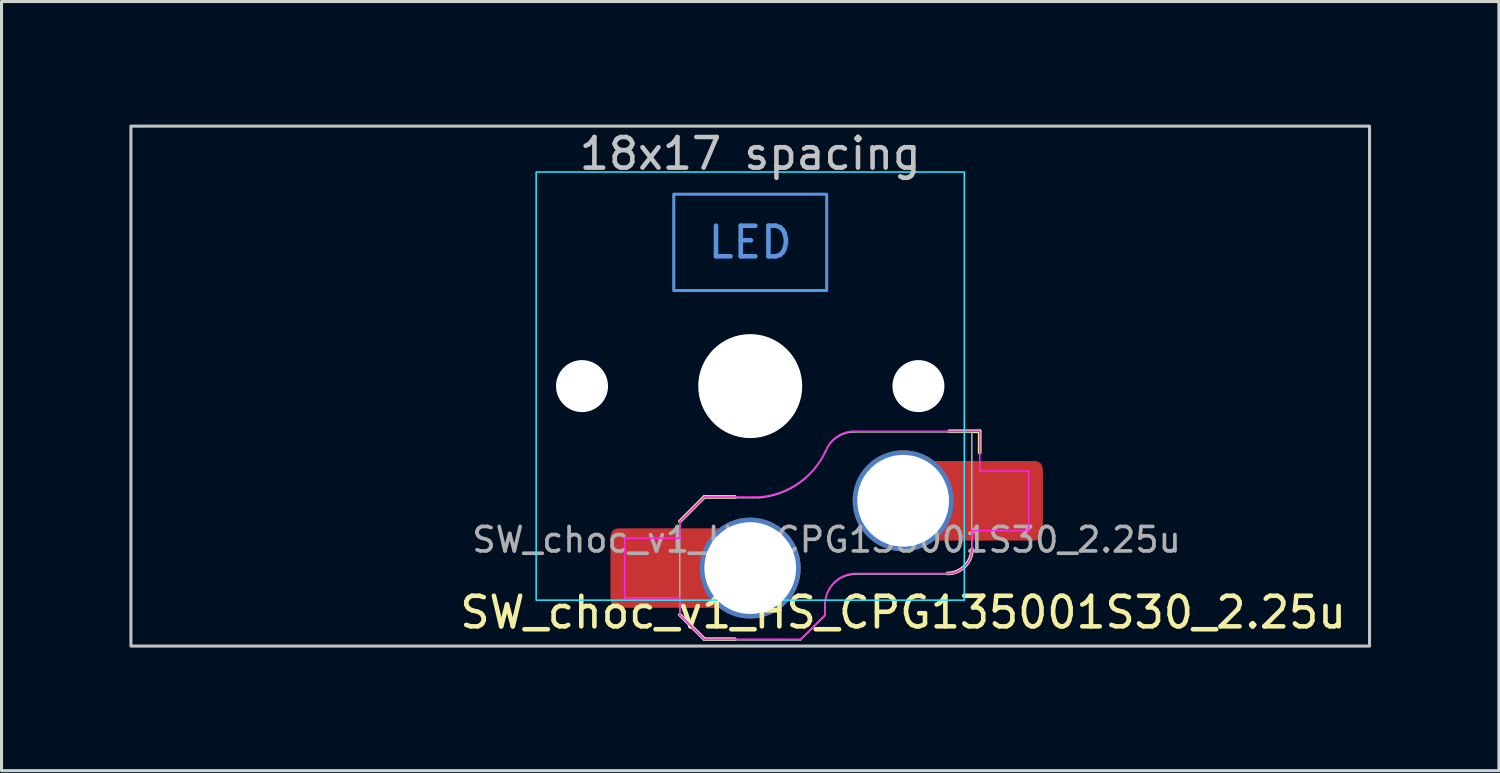
<source format=kicad_pcb>
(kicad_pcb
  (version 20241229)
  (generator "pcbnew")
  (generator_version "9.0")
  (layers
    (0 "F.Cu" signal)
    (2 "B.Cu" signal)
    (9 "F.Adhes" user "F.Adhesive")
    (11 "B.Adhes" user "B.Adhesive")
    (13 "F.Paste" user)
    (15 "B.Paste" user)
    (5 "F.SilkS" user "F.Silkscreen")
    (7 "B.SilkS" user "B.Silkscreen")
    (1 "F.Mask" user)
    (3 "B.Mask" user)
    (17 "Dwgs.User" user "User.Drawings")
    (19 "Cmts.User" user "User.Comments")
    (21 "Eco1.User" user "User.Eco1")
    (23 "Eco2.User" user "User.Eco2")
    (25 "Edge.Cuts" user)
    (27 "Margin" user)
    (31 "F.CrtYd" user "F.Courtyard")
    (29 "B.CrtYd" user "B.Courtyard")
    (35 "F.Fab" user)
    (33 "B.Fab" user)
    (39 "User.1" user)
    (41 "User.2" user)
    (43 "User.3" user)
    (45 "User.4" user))
  (footprint "SW_choc_v1_HS_CPG135001S30_2.25u"
    (layer "F.Cu")
    (at 21.481 9.575)
    (property "Reference" "SW_choc_v1_HS_CPG135001S30_2.25u" (at 5 7.4 180) (layer "F.SilkS") (effects (font (size 1 1) (thickness 0.15))))
    (attr smd)
    (fp_line (start -2.3 7.475) (end -1.5 8.275) (stroke (width 0.12) (type solid)) (layer "F.SilkS"))
    (fp_line (start -1.5 3.625) (end -2.3 4.425) (stroke (width 0.12) (type solid)) (layer "F.SilkS"))
    (fp_line (start -1.5 3.625) (end -0.5 3.625) (stroke (width 0.12) (type solid)) (layer "F.SilkS"))
    (fp_line (start -1.5 8.275) (end -0.5 8.275) (stroke (width 0.12) (type solid)) (layer "F.SilkS"))
    (fp_line (start 7.504 1.475) (end 6.504 1.475) (stroke (width 0.12) (type solid)) (layer "F.SilkS"))
    (fp_line (start 7.504 1.475) (end 7.504 2.175) (stroke (width 0.12) (type solid)) (layer "F.SilkS"))
    (fp_arc (start 7.25 5.325) (mid 7.015685 5.890685) (end 6.45 6.125) (stroke (width 0.12) (type solid)) (layer "F.SilkS"))
    (fp_rect (start -20.25 -8.5) (end 20.25 8.5) (stroke (width 0.1) (type default)) (fill no) (layer "Dwgs.User"))
    (fp_rect (start -2.5 -6.275) (end 2.5 -3.125) (stroke (width 0.1) (type default)) (fill no) (layer "Cmts.User"))
    (fp_rect (start -21.431 -9.525) (end 21.431 9.525) (stroke (width 0.1) (type default)) (fill no) (layer "Eco1.User"))
    (fp_line (start -6.95 -6.45) (end -6.95 6.45) (stroke (width 0.05) (type solid)) (layer "Eco2.User"))
    (fp_line (start -6.45 6.95) (end 6.45 6.95) (stroke (width 0.05) (type solid)) (layer "Eco2.User"))
    (fp_line (start 6.45 -6.95) (end -6.45 -6.95) (stroke (width 0.05) (type solid)) (layer "Eco2.User"))
    (fp_line (start 6.95 6.45) (end 6.95 -6.45) (stroke (width 0.05) (type solid)) (layer "Eco2.User"))
    (fp_arc (start -6.95 -6.45) (mid -6.803553 -6.803553) (end -6.45 -6.95) (stroke (width 0.05) (type solid)) (layer "Eco2.User"))
    (fp_arc (start -6.45 6.95) (mid -6.803553 6.803553) (end -6.95 6.45) (stroke (width 0.05) (type solid)) (layer "Eco2.User"))
    (fp_arc (start 6.45 -6.95) (mid 6.803553 -6.803553) (end 6.95 -6.45) (stroke (width 0.05) (type solid)) (layer "Eco2.User"))
    (fp_arc (start 6.95 6.45) (mid 6.803553 6.803553) (end 6.45 6.95) (stroke (width 0.05) (type solid)) (layer "Eco2.User"))
    (fp_rect (start -7 -7) (end 7 7) (stroke (width 0.05) (type default)) (fill no) (layer "B.CrtYd"))
    (fp_line (start -4.104 4.975) (end -4.104 6.925) (stroke (width 0.05) (type solid)) (layer "F.CrtYd"))
    (fp_line (start -4.104 4.975) (end -2.3 4.975) (stroke (width 0.05) (type solid)) (layer "F.CrtYd"))
    (fp_line (start -4.104 6.925) (end -2.3 6.925) (stroke (width 0.05) (type solid)) (layer "F.CrtYd"))
    (fp_line (start -2.3 4.975) (end -2.3 4.425) (stroke (width 0.05) (type solid)) (layer "F.CrtYd"))
    (fp_line (start -2.3 7.475) (end -2.3 6.925) (stroke (width 0.05) (type solid)) (layer "F.CrtYd"))
    (fp_line (start -2.3 7.475) (end -1.5 8.275) (stroke (width 0.05) (type solid)) (layer "F.CrtYd"))
    (fp_line (start -1.5 3.625) (end -2.3 4.425) (stroke (width 0.05) (type solid)) (layer "F.CrtYd"))
    (fp_line (start -1.5 3.625) (end 0.3 3.625) (stroke (width 0.05) (type solid)) (layer "F.CrtYd"))
    (fp_line (start -1.5 8.275) (end 1.65 8.275) (stroke (width 0.05) (type solid)) (layer "F.CrtYd"))
    (fp_line (start 2.45 7.475) (end 1.65 8.275) (stroke (width 0.05) (type solid)) (layer "F.CrtYd"))
    (fp_line (start 2.45 7.475) (end 2.45 7.125) (stroke (width 0.05) (type solid)) (layer "F.CrtYd"))
    (fp_line (start 3.45 6.125) (end 6.45 6.125) (stroke (width 0.05) (type solid)) (layer "F.CrtYd"))
    (fp_line (start 7.25 4.725) (end 9.104 4.725) (stroke (width 0.05) (type solid)) (layer "F.CrtYd"))
    (fp_line (start 7.25 5.325) (end 7.25 4.725) (stroke (width 0.05) (type solid)) (layer "F.CrtYd"))
    (fp_line (start 7.504 1.475) (end 3.4 1.475) (stroke (width 0.05) (type solid)) (layer "F.CrtYd"))
    (fp_line (start 7.504 1.475) (end 7.504 2.175) (stroke (width 0.05) (type solid)) (layer "F.CrtYd"))
    (fp_line (start 7.504 2.175) (end 7.504 2.775) (stroke (width 0.05) (type solid)) (layer "F.CrtYd"))
    (fp_line (start 9.104 2.775) (end 7.504 2.775) (stroke (width 0.05) (type solid)) (layer "F.CrtYd"))
    (fp_line (start 9.104 4.725) (end 9.104 2.775) (stroke (width 0.05) (type solid)) (layer "F.CrtYd"))
    (fp_arc (start 2.45 7.125) (mid 2.742893 6.417893) (end 3.45 6.125) (stroke (width 0.05) (type solid)) (layer "F.CrtYd"))
    (fp_arc (start 2.455444 2.13293) (mid 1.577272 3.167235) (end 0.299999 3.624999) (stroke (width 0.05) (type solid)) (layer "F.CrtYd"))
    (fp_arc (start 2.460307 2.13298) (mid 2.826423 1.655848) (end 3.4 1.475) (stroke (width 0.05) (type solid)) (layer "F.CrtYd"))
    (fp_arc (start 7.25 5.325) (mid 7.015685 5.890685) (end 6.45 6.125) (stroke (width 0.05) (type solid)) (layer "F.CrtYd"))
    (fp_line (start -2.304 7.5) (end -2.304 4.45) (stroke (width 0.05) (type solid)) (layer "F.Fab"))
    (fp_line (start -2.304 7.5) (end -1.504 8.3) (stroke (width 0.05) (type solid)) (layer "F.Fab"))
    (fp_line (start -1.504 3.65) (end -2.304 4.45) (stroke (width 0.05) (type solid)) (layer "F.Fab"))
    (fp_line (start -1.504 3.65) (end 0.296 3.65) (stroke (width 0.05) (type solid)) (layer "F.Fab"))
    (fp_line (start -1.504 8.3) (end 1.646 8.3) (stroke (width 0.05) (type solid)) (layer "F.Fab"))
    (fp_line (start 2.446 7.5) (end 1.646 8.3) (stroke (width 0.05) (type solid)) (layer "F.Fab"))
    (fp_line (start 2.446 7.5) (end 2.446 7.15) (stroke (width 0.05) (type solid)) (layer "F.Fab"))
    (fp_line (start 3.446 6.15) (end 6.446 6.15) (stroke (width 0.05) (type solid)) (layer "F.Fab"))
    (fp_line (start 7.246 1.5) (end 3.396 1.5) (stroke (width 0.05) (type solid)) (layer "F.Fab"))
    (fp_line (start 7.246 5.35) (end 7.246 1.5) (stroke (width 0.05) (type solid)) (layer "F.Fab"))
    (fp_arc (start 2.446 7.15) (mid 2.738893 6.442893) (end 3.446 6.15) (stroke (width 0.05) (type solid)) (layer "F.Fab"))
    (fp_arc (start 2.451444 2.15793) (mid 1.573272 3.192235) (end 0.295999 3.649999) (stroke (width 0.05) (type solid)) (layer "F.Fab"))
    (fp_arc (start 2.456307 2.15798) (mid 2.822423 1.680848) (end 3.396 1.5) (stroke (width 0.05) (type solid)) (layer "F.Fab"))
    (fp_arc (start 7.246 5.35) (mid 7.011685 5.915685) (end 6.446 6.15) (stroke (width 0.05) (type solid)) (layer "F.Fab"))
    (fp_text user "18x17 spacing" (at 0 -7.6 180) (layer "Dwgs.User") (effects (font (size 1 1) (thickness 0.15))))
    (fp_text user "LED" (at 0 -4.7 0) (unlocked yes) (layer "Cmts.User") (effects (font (size 1 1) (thickness 0.15))))
    (fp_text user "19.05 spacing" (at 0 -8.7 180) (layer "Eco1.User") (effects (font (size 1 1) (thickness 0.15))))
    (fp_text user "${REFERENCE}" (at 2.496 5.025 0) (layer "F.Fab") (effects (font (size 0.8 0.8) (thickness 0.12))))
    (pad "" np_thru_hole circle (at -5.5 0 180) (size 1.7 1.7) (drill 1.7) (layers "*.Cu" "*.Mask"))
    (pad "" np_thru_hole circle (at 0 0 180) (size 3.4 3.4) (drill 3.4) (layers "*.Cu" "*.Mask"))
    (pad "" np_thru_hole circle (at 5.5 0 180) (size 1.7 1.7) (drill 1.7) (layers "*.Cu" "*.Mask"))
    (pad "1" thru_hole circle (at 5 3.75) (size 3.3 3.3) (drill 3) (property pad_prop_mechanical) (layers "*.Cu" "F.Mask"))
    (pad "1" smd rect (at 6.55 3.75) (size 1.2 2.6) (layers "F.Cu"))
    (pad "1" smd roundrect (at 8.245 3.75) (size 2.65 2.6) (layers "F.Cu" "F.Mask" "F.Paste") (roundrect_rratio 0.1))
    (pad "2" smd roundrect (at -3.245 5.95) (size 2.65 2.6) (layers "F.Cu" "F.Mask" "F.Paste") (roundrect_rratio 0.1))
    (pad "2" smd rect (at -1.55 5.95 180) (size 1.2 2.6) (layers "F.Cu"))
    (pad "2" thru_hole circle (at 0 5.95) (size 3.3 3.3) (drill 3) (property pad_prop_mechanical) (layers "*.Cu" "F.Mask")))
  (gr_rect
    (start -3 -3)
    (end 45.962 22.15)
    (stroke (width 0.1) (type default))
    (fill no)
    (layer "Edge.Cuts")))
</source>
